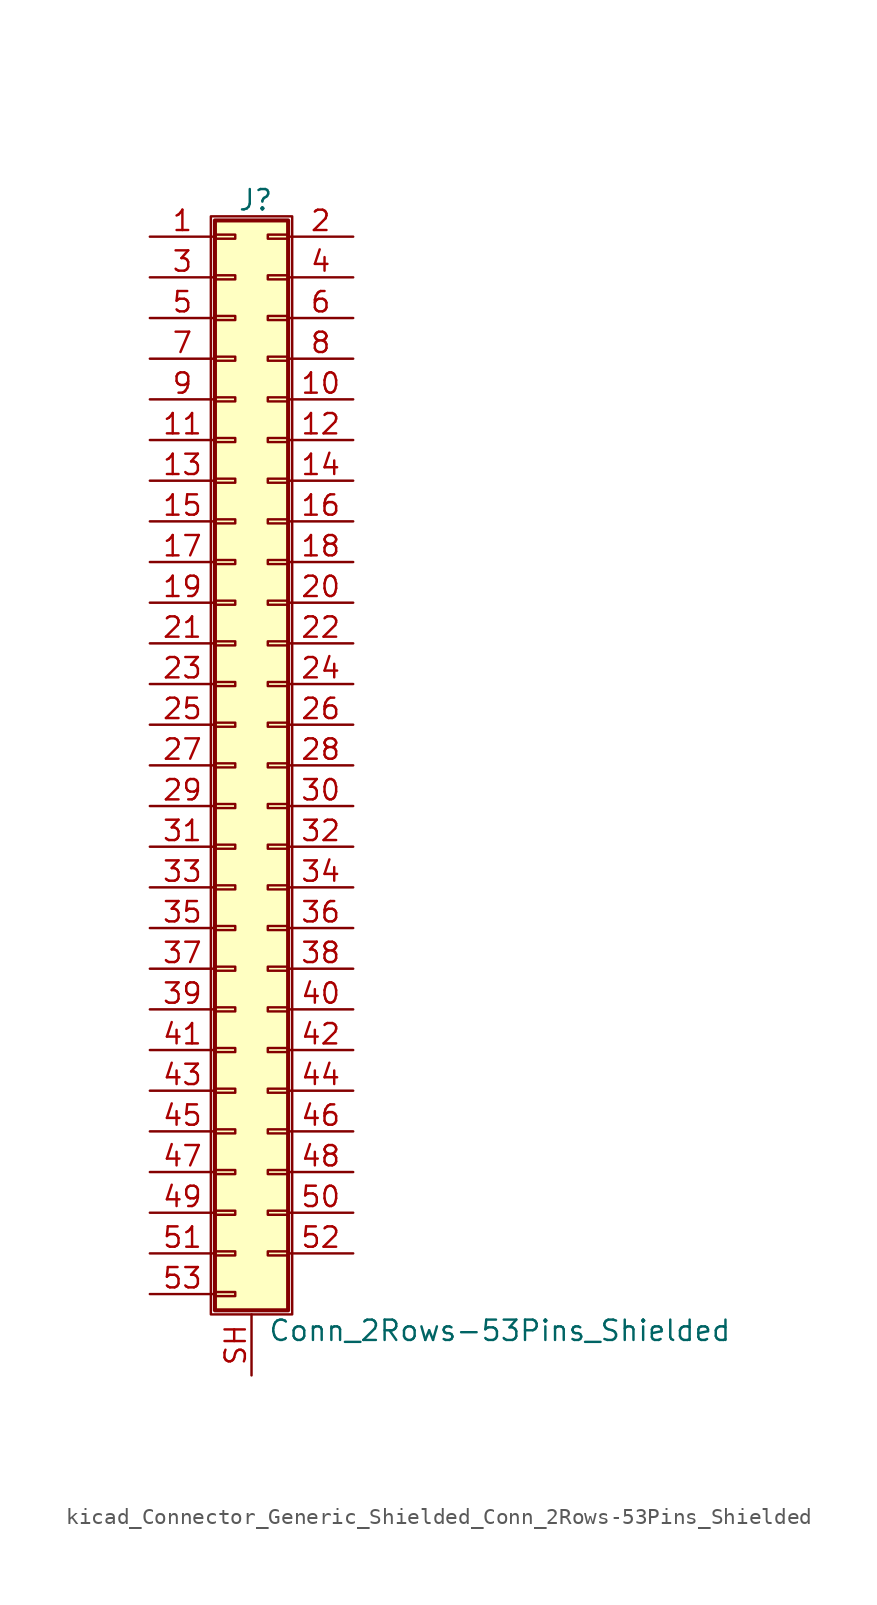
<source format=kicad_sym>
(kicad_symbol_lib
  (version 20220914)
  (generator kicad_symbol_editor)
  (symbol "kicad_Connector_Generic_Shielded_Conn_2Rows-53Pins_Shielded"
    (pin_names
      (offset 1.016) hide)
    (property "Reference" "J"
      (at 1.524 35.306 0)
      (effects (font (size 1.27 1.27))))
    (property "Value" "Conn_2Rows-53Pins_Shielded"
      (at 2.286 -35.306 0)
      (effects (font (size 1.27 1.27)) (justify left)))
    (symbol "kicad_Connector_Generic_Shielded_Conn_2Rows-53Pins_Shielded_1_1"
      (rectangle (start -1.27 34.29) (end 3.81 -34.29) (stroke (width 0.152) (type default)) (fill (type none)))
      (rectangle (start -1.016 -32.893) (end 0.254 -33.147) (stroke (width 0.152) (type default)) (fill (type none)))
      (rectangle (start -1.016 -30.353) (end 0.254 -30.607) (stroke (width 0.152) (type default)) (fill (type none)))
      (rectangle (start -1.016 -27.813) (end 0.254 -28.067) (stroke (width 0.152) (type default)) (fill (type none)))
      (rectangle (start -1.016 -25.273) (end 0.254 -25.527) (stroke (width 0.152) (type default)) (fill (type none)))
      (rectangle (start -1.016 -22.733) (end 0.254 -22.987) (stroke (width 0.152) (type default)) (fill (type none)))
      (rectangle (start -1.016 -20.193) (end 0.254 -20.447) (stroke (width 0.152) (type default)) (fill (type none)))
      (rectangle (start -1.016 -17.653) (end 0.254 -17.907) (stroke (width 0.152) (type default)) (fill (type none)))
      (rectangle (start -1.016 -15.113) (end 0.254 -15.367) (stroke (width 0.152) (type default)) (fill (type none)))
      (rectangle (start -1.016 -12.573) (end 0.254 -12.827) (stroke (width 0.152) (type default)) (fill (type none)))
      (rectangle (start -1.016 -10.033) (end 0.254 -10.287) (stroke (width 0.152) (type default)) (fill (type none)))
      (rectangle (start -1.016 -7.493) (end 0.254 -7.747) (stroke (width 0.152) (type default)) (fill (type none)))
      (rectangle (start -1.016 -4.953) (end 0.254 -5.207) (stroke (width 0.152) (type default)) (fill (type none)))
      (rectangle (start -1.016 -2.413) (end 0.254 -2.667) (stroke (width 0.152) (type default)) (fill (type none)))
      (rectangle (start -1.016 0.127) (end 0.254 -0.127) (stroke (width 0.152) (type default)) (fill (type none)))
      (rectangle (start -1.016 2.667) (end 0.254 2.413) (stroke (width 0.152) (type default)) (fill (type none)))
      (rectangle (start -1.016 5.207) (end 0.254 4.953) (stroke (width 0.152) (type default)) (fill (type none)))
      (rectangle (start -1.016 7.747) (end 0.254 7.493) (stroke (width 0.152) (type default)) (fill (type none)))
      (rectangle (start -1.016 10.287) (end 0.254 10.033) (stroke (width 0.152) (type default)) (fill (type none)))
      (rectangle (start -1.016 12.827) (end 0.254 12.573) (stroke (width 0.152) (type default)) (fill (type none)))
      (rectangle (start -1.016 15.367) (end 0.254 15.113) (stroke (width 0.152) (type default)) (fill (type none)))
      (rectangle (start -1.016 17.907) (end 0.254 17.653) (stroke (width 0.152) (type default)) (fill (type none)))
      (rectangle (start -1.016 20.447) (end 0.254 20.193) (stroke (width 0.152) (type default)) (fill (type none)))
      (rectangle (start -1.016 22.987) (end 0.254 22.733) (stroke (width 0.152) (type default)) (fill (type none)))
      (rectangle (start -1.016 25.527) (end 0.254 25.273) (stroke (width 0.152) (type default)) (fill (type none)))
      (rectangle (start -1.016 28.067) (end 0.254 27.813) (stroke (width 0.152) (type default)) (fill (type none)))
      (rectangle (start -1.016 30.607) (end 0.254 30.353) (stroke (width 0.152) (type default)) (fill (type none)))
      (rectangle (start -1.016 33.147) (end 0.254 32.893) (stroke (width 0.152) (type default)) (fill (type none)))
      (rectangle (start -1.016 34.036) (end 3.556 -34.036) (stroke (width 0.254) (type default)) (fill (type background)))
      (rectangle (start 3.556 -30.353) (end 2.286 -30.607) (stroke (width 0.152) (type default)) (fill (type none)))
      (rectangle (start 3.556 -27.813) (end 2.286 -28.067) (stroke (width 0.152) (type default)) (fill (type none)))
      (rectangle (start 3.556 -25.273) (end 2.286 -25.527) (stroke (width 0.152) (type default)) (fill (type none)))
      (rectangle (start 3.556 -22.733) (end 2.286 -22.987) (stroke (width 0.152) (type default)) (fill (type none)))
      (rectangle (start 3.556 -20.193) (end 2.286 -20.447) (stroke (width 0.152) (type default)) (fill (type none)))
      (rectangle (start 3.556 -17.653) (end 2.286 -17.907) (stroke (width 0.152) (type default)) (fill (type none)))
      (rectangle (start 3.556 -15.113) (end 2.286 -15.367) (stroke (width 0.152) (type default)) (fill (type none)))
      (rectangle (start 3.556 -12.573) (end 2.286 -12.827) (stroke (width 0.152) (type default)) (fill (type none)))
      (rectangle (start 3.556 -10.033) (end 2.286 -10.287) (stroke (width 0.152) (type default)) (fill (type none)))
      (rectangle (start 3.556 -7.493) (end 2.286 -7.747) (stroke (width 0.152) (type default)) (fill (type none)))
      (rectangle (start 3.556 -4.953) (end 2.286 -5.207) (stroke (width 0.152) (type default)) (fill (type none)))
      (rectangle (start 3.556 -2.413) (end 2.286 -2.667) (stroke (width 0.152) (type default)) (fill (type none)))
      (rectangle (start 3.556 0.127) (end 2.286 -0.127) (stroke (width 0.152) (type default)) (fill (type none)))
      (rectangle (start 3.556 2.667) (end 2.286 2.413) (stroke (width 0.152) (type default)) (fill (type none)))
      (rectangle (start 3.556 5.207) (end 2.286 4.953) (stroke (width 0.152) (type default)) (fill (type none)))
      (rectangle (start 3.556 7.747) (end 2.286 7.493) (stroke (width 0.152) (type default)) (fill (type none)))
      (rectangle (start 3.556 10.287) (end 2.286 10.033) (stroke (width 0.152) (type default)) (fill (type none)))
      (rectangle (start 3.556 12.827) (end 2.286 12.573) (stroke (width 0.152) (type default)) (fill (type none)))
      (rectangle (start 3.556 15.367) (end 2.286 15.113) (stroke (width 0.152) (type default)) (fill (type none)))
      (rectangle (start 3.556 17.907) (end 2.286 17.653) (stroke (width 0.152) (type default)) (fill (type none)))
      (rectangle (start 3.556 20.447) (end 2.286 20.193) (stroke (width 0.152) (type default)) (fill (type none)))
      (rectangle (start 3.556 22.987) (end 2.286 22.733) (stroke (width 0.152) (type default)) (fill (type none)))
      (rectangle (start 3.556 25.527) (end 2.286 25.273) (stroke (width 0.152) (type default)) (fill (type none)))
      (rectangle (start 3.556 28.067) (end 2.286 27.813) (stroke (width 0.152) (type default)) (fill (type none)))
      (rectangle (start 3.556 30.607) (end 2.286 30.353) (stroke (width 0.152) (type default)) (fill (type none)))
      (rectangle (start 3.556 33.147) (end 2.286 32.893) (stroke (width 0.152) (type default)) (fill (type none)))
      (pin passive line (at -5.08 33.02 0) (length 4.064) (name "Pin_1" (effects (font (size 1.27 1.27)))) (number "1" (effects (font (size 1.27 1.27)))))
      (pin passive line (at 7.62 22.86 180) (length 4.064) (name "Pin_10" (effects (font (size 1.27 1.27)))) (number "10" (effects (font (size 1.27 1.27)))))
      (pin passive line (at -5.08 20.32 0) (length 4.064) (name "Pin_11" (effects (font (size 1.27 1.27)))) (number "11" (effects (font (size 1.27 1.27)))))
      (pin passive line (at 7.62 20.32 180) (length 4.064) (name "Pin_12" (effects (font (size 1.27 1.27)))) (number "12" (effects (font (size 1.27 1.27)))))
      (pin passive line (at -5.08 17.78 0) (length 4.064) (name "Pin_13" (effects (font (size 1.27 1.27)))) (number "13" (effects (font (size 1.27 1.27)))))
      (pin passive line (at 7.62 17.78 180) (length 4.064) (name "Pin_14" (effects (font (size 1.27 1.27)))) (number "14" (effects (font (size 1.27 1.27)))))
      (pin passive line (at -5.08 15.24 0) (length 4.064) (name "Pin_15" (effects (font (size 1.27 1.27)))) (number "15" (effects (font (size 1.27 1.27)))))
      (pin passive line (at 7.62 15.24 180) (length 4.064) (name "Pin_16" (effects (font (size 1.27 1.27)))) (number "16" (effects (font (size 1.27 1.27)))))
      (pin passive line (at -5.08 12.7 0) (length 4.064) (name "Pin_17" (effects (font (size 1.27 1.27)))) (number "17" (effects (font (size 1.27 1.27)))))
      (pin passive line (at 7.62 12.7 180) (length 4.064) (name "Pin_18" (effects (font (size 1.27 1.27)))) (number "18" (effects (font (size 1.27 1.27)))))
      (pin passive line (at -5.08 10.16 0) (length 4.064) (name "Pin_19" (effects (font (size 1.27 1.27)))) (number "19" (effects (font (size 1.27 1.27)))))
      (pin passive line (at 7.62 33.02 180) (length 4.064) (name "Pin_2" (effects (font (size 1.27 1.27)))) (number "2" (effects (font (size 1.27 1.27)))))
      (pin passive line (at 7.62 10.16 180) (length 4.064) (name "Pin_20" (effects (font (size 1.27 1.27)))) (number "20" (effects (font (size 1.27 1.27)))))
      (pin passive line (at -5.08 7.62 0) (length 4.064) (name "Pin_21" (effects (font (size 1.27 1.27)))) (number "21" (effects (font (size 1.27 1.27)))))
      (pin passive line (at 7.62 7.62 180) (length 4.064) (name "Pin_22" (effects (font (size 1.27 1.27)))) (number "22" (effects (font (size 1.27 1.27)))))
      (pin passive line (at -5.08 5.08 0) (length 4.064) (name "Pin_23" (effects (font (size 1.27 1.27)))) (number "23" (effects (font (size 1.27 1.27)))))
      (pin passive line (at 7.62 5.08 180) (length 4.064) (name "Pin_24" (effects (font (size 1.27 1.27)))) (number "24" (effects (font (size 1.27 1.27)))))
      (pin passive line (at -5.08 2.54 0) (length 4.064) (name "Pin_25" (effects (font (size 1.27 1.27)))) (number "25" (effects (font (size 1.27 1.27)))))
      (pin passive line (at 7.62 2.54 180) (length 4.064) (name "Pin_26" (effects (font (size 1.27 1.27)))) (number "26" (effects (font (size 1.27 1.27)))))
      (pin passive line (at -5.08 0 0) (length 4.064) (name "Pin_27" (effects (font (size 1.27 1.27)))) (number "27" (effects (font (size 1.27 1.27)))))
      (pin passive line (at 7.62 0 180) (length 4.064) (name "Pin_28" (effects (font (size 1.27 1.27)))) (number "28" (effects (font (size 1.27 1.27)))))
      (pin passive line (at -5.08 -2.54 0) (length 4.064) (name "Pin_29" (effects (font (size 1.27 1.27)))) (number "29" (effects (font (size 1.27 1.27)))))
      (pin passive line (at -5.08 30.48 0) (length 4.064) (name "Pin_3" (effects (font (size 1.27 1.27)))) (number "3" (effects (font (size 1.27 1.27)))))
      (pin passive line (at 7.62 -2.54 180) (length 4.064) (name "Pin_30" (effects (font (size 1.27 1.27)))) (number "30" (effects (font (size 1.27 1.27)))))
      (pin passive line (at -5.08 -5.08 0) (length 4.064) (name "Pin_31" (effects (font (size 1.27 1.27)))) (number "31" (effects (font (size 1.27 1.27)))))
      (pin passive line (at 7.62 -5.08 180) (length 4.064) (name "Pin_32" (effects (font (size 1.27 1.27)))) (number "32" (effects (font (size 1.27 1.27)))))
      (pin passive line (at -5.08 -7.62 0) (length 4.064) (name "Pin_33" (effects (font (size 1.27 1.27)))) (number "33" (effects (font (size 1.27 1.27)))))
      (pin passive line (at 7.62 -7.62 180) (length 4.064) (name "Pin_34" (effects (font (size 1.27 1.27)))) (number "34" (effects (font (size 1.27 1.27)))))
      (pin passive line (at -5.08 -10.16 0) (length 4.064) (name "Pin_35" (effects (font (size 1.27 1.27)))) (number "35" (effects (font (size 1.27 1.27)))))
      (pin passive line (at 7.62 -10.16 180) (length 4.064) (name "Pin_36" (effects (font (size 1.27 1.27)))) (number "36" (effects (font (size 1.27 1.27)))))
      (pin passive line (at -5.08 -12.7 0) (length 4.064) (name "Pin_37" (effects (font (size 1.27 1.27)))) (number "37" (effects (font (size 1.27 1.27)))))
      (pin passive line (at 7.62 -12.7 180) (length 4.064) (name "Pin_38" (effects (font (size 1.27 1.27)))) (number "38" (effects (font (size 1.27 1.27)))))
      (pin passive line (at -5.08 -15.24 0) (length 4.064) (name "Pin_39" (effects (font (size 1.27 1.27)))) (number "39" (effects (font (size 1.27 1.27)))))
      (pin passive line (at 7.62 30.48 180) (length 4.064) (name "Pin_4" (effects (font (size 1.27 1.27)))) (number "4" (effects (font (size 1.27 1.27)))))
      (pin passive line (at 7.62 -15.24 180) (length 4.064) (name "Pin_40" (effects (font (size 1.27 1.27)))) (number "40" (effects (font (size 1.27 1.27)))))
      (pin passive line (at -5.08 -17.78 0) (length 4.064) (name "Pin_41" (effects (font (size 1.27 1.27)))) (number "41" (effects (font (size 1.27 1.27)))))
      (pin passive line (at 7.62 -17.78 180) (length 4.064) (name "Pin_42" (effects (font (size 1.27 1.27)))) (number "42" (effects (font (size 1.27 1.27)))))
      (pin passive line (at -5.08 -20.32 0) (length 4.064) (name "Pin_43" (effects (font (size 1.27 1.27)))) (number "43" (effects (font (size 1.27 1.27)))))
      (pin passive line (at 7.62 -20.32 180) (length 4.064) (name "Pin_44" (effects (font (size 1.27 1.27)))) (number "44" (effects (font (size 1.27 1.27)))))
      (pin passive line (at -5.08 -22.86 0) (length 4.064) (name "Pin_45" (effects (font (size 1.27 1.27)))) (number "45" (effects (font (size 1.27 1.27)))))
      (pin passive line (at 7.62 -22.86 180) (length 4.064) (name "Pin_46" (effects (font (size 1.27 1.27)))) (number "46" (effects (font (size 1.27 1.27)))))
      (pin passive line (at -5.08 -25.4 0) (length 4.064) (name "Pin_47" (effects (font (size 1.27 1.27)))) (number "47" (effects (font (size 1.27 1.27)))))
      (pin passive line (at 7.62 -25.4 180) (length 4.064) (name "Pin_48" (effects (font (size 1.27 1.27)))) (number "48" (effects (font (size 1.27 1.27)))))
      (pin passive line (at -5.08 -27.94 0) (length 4.064) (name "Pin_49" (effects (font (size 1.27 1.27)))) (number "49" (effects (font (size 1.27 1.27)))))
      (pin passive line (at -5.08 27.94 0) (length 4.064) (name "Pin_5" (effects (font (size 1.27 1.27)))) (number "5" (effects (font (size 1.27 1.27)))))
      (pin passive line (at 7.62 -27.94 180) (length 4.064) (name "Pin_50" (effects (font (size 1.27 1.27)))) (number "50" (effects (font (size 1.27 1.27)))))
      (pin passive line (at -5.08 -30.48 0) (length 4.064) (name "Pin_51" (effects (font (size 1.27 1.27)))) (number "51" (effects (font (size 1.27 1.27)))))
      (pin passive line (at 7.62 -30.48 180) (length 4.064) (name "Pin_52" (effects (font (size 1.27 1.27)))) (number "52" (effects (font (size 1.27 1.27)))))
      (pin passive line (at -5.08 -33.02 0) (length 4.064) (name "Pin_53" (effects (font (size 1.27 1.27)))) (number "53" (effects (font (size 1.27 1.27)))))
      (pin passive line (at 7.62 27.94 180) (length 4.064) (name "Pin_6" (effects (font (size 1.27 1.27)))) (number "6" (effects (font (size 1.27 1.27)))))
      (pin passive line (at -5.08 25.4 0) (length 4.064) (name "Pin_7" (effects (font (size 1.27 1.27)))) (number "7" (effects (font (size 1.27 1.27)))))
      (pin passive line (at 7.62 25.4 180) (length 4.064) (name "Pin_8" (effects (font (size 1.27 1.27)))) (number "8" (effects (font (size 1.27 1.27)))))
      (pin passive line (at -5.08 22.86 0) (length 4.064) (name "Pin_9" (effects (font (size 1.27 1.27)))) (number "9" (effects (font (size 1.27 1.27)))))
      (pin passive line (at 1.27 -38.1 90) (length 3.81) (name "Shield" (effects (font (size 1.27 1.27)))) (number "SH" (effects (font (size 1.27 1.27))))))))
</source>
